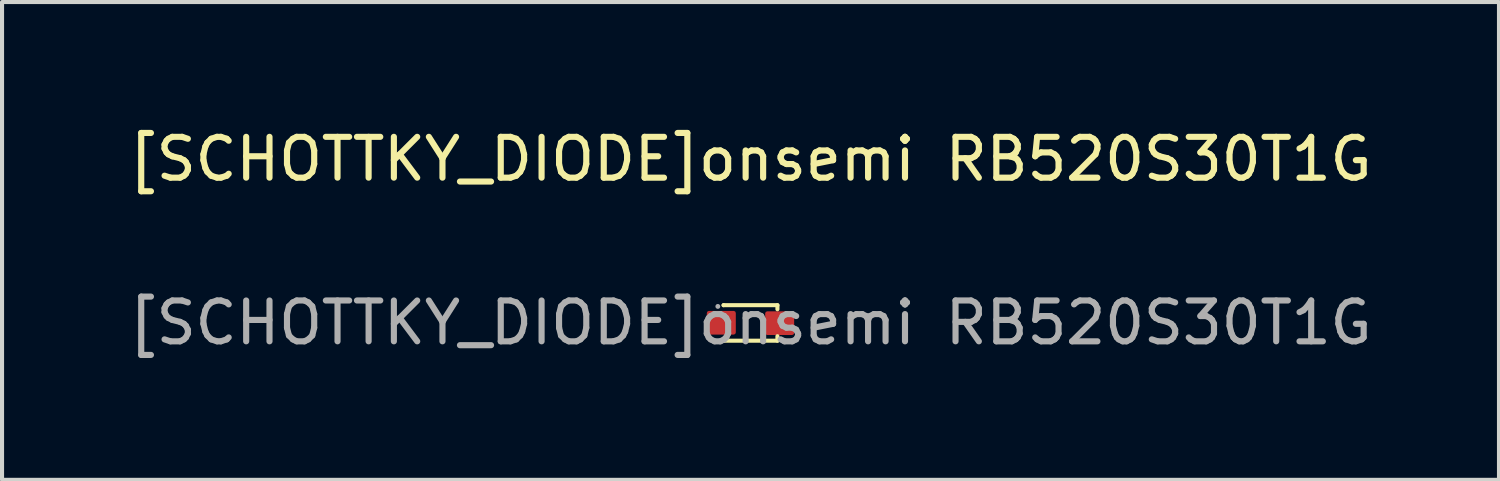
<source format=kicad_pcb>
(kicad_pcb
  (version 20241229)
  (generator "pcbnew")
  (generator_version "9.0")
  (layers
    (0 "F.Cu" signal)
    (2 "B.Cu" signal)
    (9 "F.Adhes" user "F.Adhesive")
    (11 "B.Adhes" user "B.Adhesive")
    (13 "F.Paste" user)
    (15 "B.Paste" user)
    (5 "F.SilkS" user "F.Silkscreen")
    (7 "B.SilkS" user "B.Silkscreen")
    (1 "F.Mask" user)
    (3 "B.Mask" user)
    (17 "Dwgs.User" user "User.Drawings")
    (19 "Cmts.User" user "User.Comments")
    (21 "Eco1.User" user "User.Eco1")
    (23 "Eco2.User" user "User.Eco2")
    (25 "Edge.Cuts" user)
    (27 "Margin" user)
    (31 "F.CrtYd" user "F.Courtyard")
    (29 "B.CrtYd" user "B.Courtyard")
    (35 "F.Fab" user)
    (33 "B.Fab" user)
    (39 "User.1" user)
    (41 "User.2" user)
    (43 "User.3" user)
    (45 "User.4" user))
  (footprint "[SCHOTTKY_DIODE]onsemi RB520S30T1G"
    (layer "F.Cu")
    (at 15.339 4.858)
    (property "Reference" "[SCHOTTKY_DIODE]onsemi RB520S30T1G" (at 0 -4.01 0) (layer "F.SilkS") (effects (font (size 1 1) (thickness 0.15))))
    (attr smd)
    (fp_line (start -0.66 -0.43) (end -0.66 -0.43) (stroke (width 0.1) (type solid)) (layer "F.SilkS"))
    (fp_line (start -0.66 -0.43) (end 0.66 -0.43) (stroke (width 0.1) (type solid)) (layer "F.SilkS"))
    (fp_line (start -0.66 0.44) (end -0.66 0.44) (stroke (width 0.1) (type solid)) (layer "F.SilkS"))
    (fp_line (start 0.66 -0.43) (end 0.66 -0.33) (stroke (width 0.1) (type solid)) (layer "F.SilkS"))
    (fp_line (start 0.66 0.33) (end 0.66 0.44) (stroke (width 0.1) (type solid)) (layer "F.SilkS"))
    (fp_line (start 0.66 0.44) (end -0.66 0.44) (stroke (width 0.1) (type solid)) (layer "F.SilkS"))
    (fp_circle (center -0.8 -0.4) (end -0.77 -0.4) (stroke (width 0.06) (type solid)) (fill no) (layer "F.Fab"))
    (fp_text user "${REFERENCE}" (at 0 0 0) (layer "F.Fab") (effects (font (size 1 1) (thickness 0.15))))
    (pad "1" smd custom (at -0.71 -0.01) (size 0.01 0.01) (layers "F.Cu" "F.Mask" "F.Paste") (options (anchor circle)) (primitives (gr_poly (pts (xy -0.31 -0.23) (xy 0.3 -0.23) (xy 0.3 0.25) (xy -0.31 0.25)) (width 0.1) (fill yes))))
    (pad "2" smd custom (at 0.71 0.01) (size 0.01 0.01) (layers "F.Cu" "F.Mask" "F.Paste") (options (anchor circle)) (primitives (gr_poly (pts (xy -0.3 -0.24) (xy 0.31 -0.24) (xy 0.31 0.24) (xy -0.3 0.24)) (width 0.1) (fill yes)))))
  (gr_rect
    (start -3 -3)
    (end 33.679 8.707)
    (stroke (width 0.1) (type default))
    (fill no)
    (layer "Edge.Cuts")))
</source>
